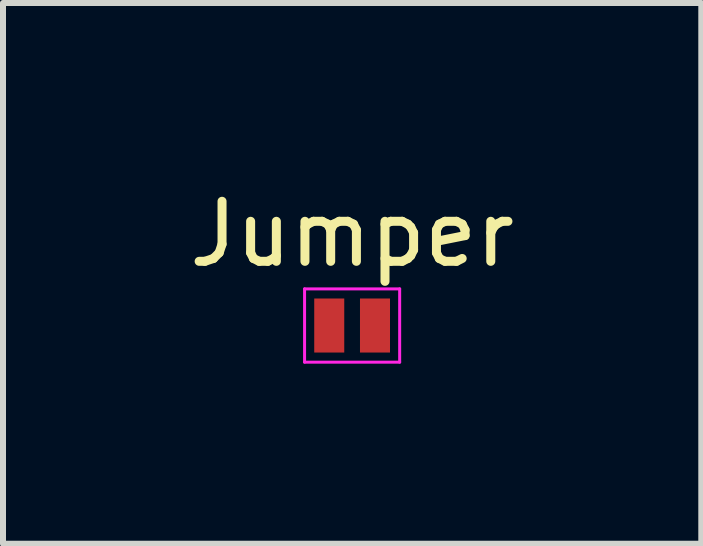
<source format=kicad_pcb>
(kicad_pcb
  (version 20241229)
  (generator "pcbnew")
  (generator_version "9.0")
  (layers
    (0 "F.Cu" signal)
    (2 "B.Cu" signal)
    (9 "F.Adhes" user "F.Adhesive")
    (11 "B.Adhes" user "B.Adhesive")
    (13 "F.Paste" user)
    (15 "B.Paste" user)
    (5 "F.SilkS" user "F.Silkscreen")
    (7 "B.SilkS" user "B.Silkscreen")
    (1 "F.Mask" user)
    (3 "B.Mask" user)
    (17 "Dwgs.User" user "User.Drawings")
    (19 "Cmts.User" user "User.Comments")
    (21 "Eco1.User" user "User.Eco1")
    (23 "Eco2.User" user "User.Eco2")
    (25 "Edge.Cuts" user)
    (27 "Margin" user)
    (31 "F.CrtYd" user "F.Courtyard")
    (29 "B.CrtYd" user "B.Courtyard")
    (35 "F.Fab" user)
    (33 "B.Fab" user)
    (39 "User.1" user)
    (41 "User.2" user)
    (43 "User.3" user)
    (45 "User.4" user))
  (footprint "Jumper"
    (layer "F.Cu")
    (at 2.815 2.372)
    (property "Reference" "Jumper" (at 0 -1.524 0) (layer "F.SilkS") (effects (font (size 1 1) (thickness 0.15))))
    (attr smd)
    (fp_line (start -0.792 -0.61) (end -0.792 0.61) (stroke (width 0.05) (type solid)) (layer "F.CrtYd"))
    (fp_line (start -0.792 -0.61) (end 0.792 -0.61) (stroke (width 0.05) (type solid)) (layer "F.CrtYd"))
    (fp_line (start -0.792 0.61) (end 0.792 0.61) (stroke (width 0.05) (type solid)) (layer "F.CrtYd"))
    (fp_line (start 0.792 -0.61) (end 0.792 0.61) (stroke (width 0.05) (type solid)) (layer "F.CrtYd"))
    (pad "1" connect rect (at -0.381 0) (size 0.5 0.9) (layers "F.Cu" "F.Mask"))
    (pad "2" connect rect (at 0.381 0) (size 0.5 0.9) (layers "F.Cu" "F.Mask")))
  (gr_rect
    (start -3 -3)
    (end 8.631 6.007)
    (stroke (width 0.1) (type default))
    (fill no)
    (layer "Edge.Cuts")))
</source>
